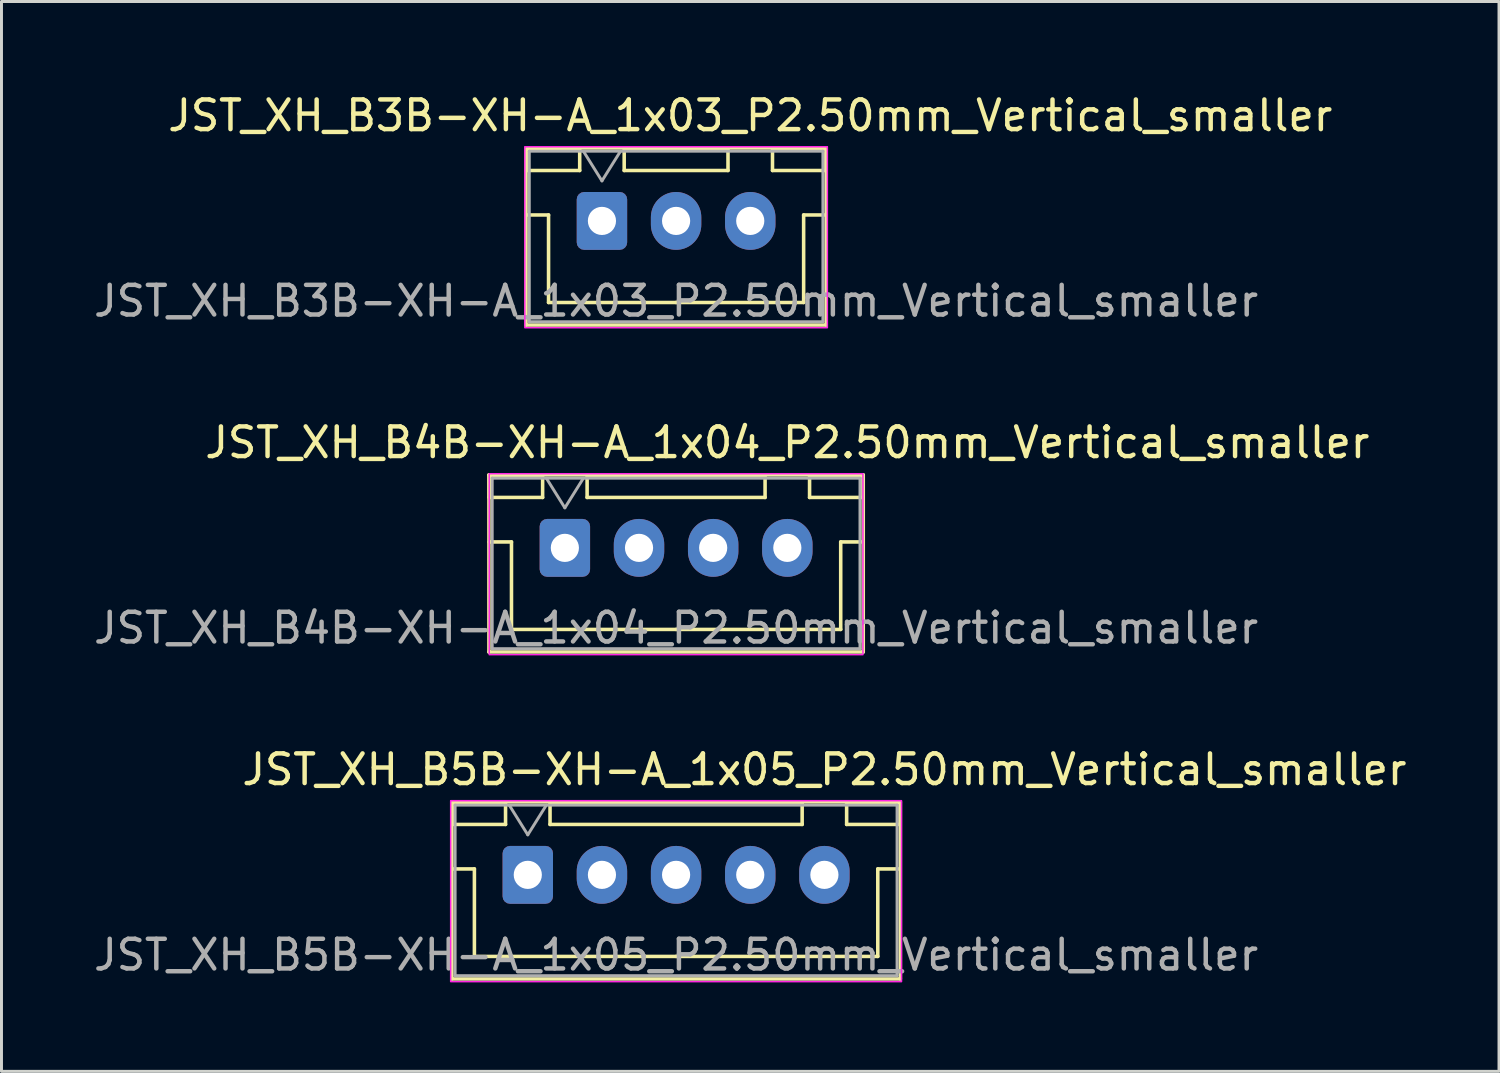
<source format=kicad_pcb>
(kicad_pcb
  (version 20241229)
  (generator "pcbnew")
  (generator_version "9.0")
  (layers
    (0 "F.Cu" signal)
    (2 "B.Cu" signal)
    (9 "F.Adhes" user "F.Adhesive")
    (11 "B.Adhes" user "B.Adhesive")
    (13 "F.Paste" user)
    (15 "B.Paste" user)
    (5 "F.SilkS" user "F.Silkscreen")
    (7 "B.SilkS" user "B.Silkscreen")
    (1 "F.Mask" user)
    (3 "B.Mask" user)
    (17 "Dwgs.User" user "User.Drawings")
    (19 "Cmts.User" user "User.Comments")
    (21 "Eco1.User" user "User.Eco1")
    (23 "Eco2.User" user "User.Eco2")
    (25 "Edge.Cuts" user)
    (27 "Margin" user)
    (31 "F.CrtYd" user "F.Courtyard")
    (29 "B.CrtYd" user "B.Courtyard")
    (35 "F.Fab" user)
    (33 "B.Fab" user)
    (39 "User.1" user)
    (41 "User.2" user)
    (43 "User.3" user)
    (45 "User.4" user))
  (footprint "JST_XH_B3B-XH-A_1x03_P2.50mm_Vertical_smaller"
    (layer "F.Cu")
    (at 19.744 4.398)
    (property "Reference" "JST_XH_B3B-XH-A_1x03_P2.50mm_Vertical_smaller" (at 2.5 -3.55 0) (layer "F.SilkS") (effects (font (size 1 1) (thickness 0.15))))
    (attr through_hole)
    (fp_line (start -5.06 -2.46) (end -5.06 3.51) (stroke (width 0.12) (type solid)) (layer "F.SilkS"))
    (fp_line (start -5.06 3.51) (end 5.06 3.51) (stroke (width 0.12) (type solid)) (layer "F.SilkS"))
    (fp_line (start -5.05 -2.45) (end -5.05 -1.7) (stroke (width 0.12) (type solid)) (layer "F.SilkS"))
    (fp_line (start -5.05 -1.7) (end -3.25 -1.7) (stroke (width 0.12) (type solid)) (layer "F.SilkS"))
    (fp_line (start -5.05 -0.2) (end -4.3 -0.2) (stroke (width 0.12) (type solid)) (layer "F.SilkS"))
    (fp_line (start -4.3 -0.2) (end -4.3 2.75) (stroke (width 0.12) (type solid)) (layer "F.SilkS"))
    (fp_line (start -4.3 2.75) (end 0 2.75) (stroke (width 0.12) (type solid)) (layer "F.SilkS"))
    (fp_line (start -3.25 -2.45) (end -5.05 -2.45) (stroke (width 0.12) (type solid)) (layer "F.SilkS"))
    (fp_line (start -3.25 -1.7) (end -3.25 -2.45) (stroke (width 0.12) (type solid)) (layer "F.SilkS"))
    (fp_line (start -1.75 -2.45) (end -1.75 -1.7) (stroke (width 0.12) (type solid)) (layer "F.SilkS"))
    (fp_line (start -1.75 -1.7) (end 1.75 -1.7) (stroke (width 0.12) (type solid)) (layer "F.SilkS"))
    (fp_line (start 1.75 -2.45) (end -1.75 -2.45) (stroke (width 0.12) (type solid)) (layer "F.SilkS"))
    (fp_line (start 1.75 -1.7) (end 1.75 -2.45) (stroke (width 0.12) (type solid)) (layer "F.SilkS"))
    (fp_line (start 3.25 -2.45) (end 3.25 -1.7) (stroke (width 0.12) (type solid)) (layer "F.SilkS"))
    (fp_line (start 3.25 -1.7) (end 5.05 -1.7) (stroke (width 0.12) (type solid)) (layer "F.SilkS"))
    (fp_line (start 4.3 -0.2) (end 4.3 2.75) (stroke (width 0.12) (type solid)) (layer "F.SilkS"))
    (fp_line (start 4.3 2.75) (end 0 2.75) (stroke (width 0.12) (type solid)) (layer "F.SilkS"))
    (fp_line (start 5.05 -2.45) (end 3.25 -2.45) (stroke (width 0.12) (type solid)) (layer "F.SilkS"))
    (fp_line (start 5.05 -1.7) (end 5.05 -2.45) (stroke (width 0.12) (type solid)) (layer "F.SilkS"))
    (fp_line (start 5.05 -0.2) (end 4.3 -0.2) (stroke (width 0.12) (type solid)) (layer "F.SilkS"))
    (fp_line (start 5.06 -2.46) (end -5.06 -2.46) (stroke (width 0.12) (type solid)) (layer "F.SilkS"))
    (fp_line (start 5.06 3.51) (end 5.06 -2.46) (stroke (width 0.12) (type solid)) (layer "F.SilkS"))
    (fp_rect (start -5.1 -2.5) (end 5.1 3.6) (stroke (width 0.05) (type default)) (fill no) (layer "F.CrtYd"))
    (fp_line (start -4.95 -2.35) (end -4.95 3.4) (stroke (width 0.1) (type solid)) (layer "F.Fab"))
    (fp_line (start -4.95 3.4) (end 4.95 3.4) (stroke (width 0.1) (type solid)) (layer "F.Fab"))
    (fp_line (start -3.125 -2.35) (end -2.5 -1.35) (stroke (width 0.1) (type solid)) (layer "F.Fab"))
    (fp_line (start -2.5 -1.35) (end -1.875 -2.35) (stroke (width 0.1) (type solid)) (layer "F.Fab"))
    (fp_line (start 4.95 -2.35) (end -4.95 -2.35) (stroke (width 0.1) (type solid)) (layer "F.Fab"))
    (fp_line (start 4.95 3.4) (end 4.95 -2.35) (stroke (width 0.1) (type solid)) (layer "F.Fab"))
    (fp_text user "${REFERENCE}" (at 0 2.7 0) (layer "F.Fab") (effects (font (size 1 1) (thickness 0.15))))
    (pad "1" thru_hole roundrect (at -2.5 0) (size 1.7 1.95) (drill 0.95) (layers "*.Cu" "*.Mask") (roundrect_rratio 0.147))
    (pad "2" thru_hole oval (at 0 0) (size 1.7 1.95) (drill 0.95) (layers "*.Cu" "*.Mask"))
    (pad "3" thru_hole oval (at 2.5 0) (size 1.7 1.95) (drill 0.95) (layers "*.Cu" "*.Mask")))
  (footprint "JST_XH_B5B-XH-A_1x05_P2.50mm_Vertical_smaller"
    (layer "F.Cu")
    (at 19.744 26.445)
    (property "Reference" "JST_XH_B5B-XH-A_1x05_P2.50mm_Vertical_smaller" (at 5 -3.55 0) (layer "F.SilkS") (effects (font (size 1 1) (thickness 0.15))))
    (attr through_hole)
    (fp_line (start -7.56 -2.46) (end -7.56 3.51) (stroke (width 0.12) (type solid)) (layer "F.SilkS"))
    (fp_line (start -7.56 3.51) (end 7.56 3.51) (stroke (width 0.12) (type solid)) (layer "F.SilkS"))
    (fp_line (start -7.55 -2.45) (end -7.55 -1.7) (stroke (width 0.12) (type solid)) (layer "F.SilkS"))
    (fp_line (start -7.55 -1.7) (end -5.75 -1.7) (stroke (width 0.12) (type solid)) (layer "F.SilkS"))
    (fp_line (start -7.55 -0.2) (end -6.8 -0.2) (stroke (width 0.12) (type solid)) (layer "F.SilkS"))
    (fp_line (start -6.8 -0.2) (end -6.8 2.75) (stroke (width 0.12) (type solid)) (layer "F.SilkS"))
    (fp_line (start -6.8 2.75) (end 0 2.75) (stroke (width 0.12) (type solid)) (layer "F.SilkS"))
    (fp_line (start -5.75 -2.45) (end -7.55 -2.45) (stroke (width 0.12) (type solid)) (layer "F.SilkS"))
    (fp_line (start -5.75 -1.7) (end -5.75 -2.45) (stroke (width 0.12) (type solid)) (layer "F.SilkS"))
    (fp_line (start -4.25 -2.45) (end -4.25 -1.7) (stroke (width 0.12) (type solid)) (layer "F.SilkS"))
    (fp_line (start -4.25 -1.7) (end 4.25 -1.7) (stroke (width 0.12) (type solid)) (layer "F.SilkS"))
    (fp_line (start 4.25 -2.45) (end -4.25 -2.45) (stroke (width 0.12) (type solid)) (layer "F.SilkS"))
    (fp_line (start 4.25 -1.7) (end 4.25 -2.45) (stroke (width 0.12) (type solid)) (layer "F.SilkS"))
    (fp_line (start 5.75 -2.45) (end 5.75 -1.7) (stroke (width 0.12) (type solid)) (layer "F.SilkS"))
    (fp_line (start 5.75 -1.7) (end 7.55 -1.7) (stroke (width 0.12) (type solid)) (layer "F.SilkS"))
    (fp_line (start 6.8 -0.2) (end 6.8 2.75) (stroke (width 0.12) (type solid)) (layer "F.SilkS"))
    (fp_line (start 6.8 2.75) (end 0 2.75) (stroke (width 0.12) (type solid)) (layer "F.SilkS"))
    (fp_line (start 7.55 -2.45) (end 5.75 -2.45) (stroke (width 0.12) (type solid)) (layer "F.SilkS"))
    (fp_line (start 7.55 -1.7) (end 7.55 -2.45) (stroke (width 0.12) (type solid)) (layer "F.SilkS"))
    (fp_line (start 7.55 -0.2) (end 6.8 -0.2) (stroke (width 0.12) (type solid)) (layer "F.SilkS"))
    (fp_line (start 7.56 -2.46) (end -7.56 -2.46) (stroke (width 0.12) (type solid)) (layer "F.SilkS"))
    (fp_line (start 7.56 3.51) (end 7.56 -2.46) (stroke (width 0.12) (type solid)) (layer "F.SilkS"))
    (fp_rect (start -7.6 -2.5) (end 7.6 3.6) (stroke (width 0.05) (type default)) (fill no) (layer "F.CrtYd"))
    (fp_line (start -7.45 -2.35) (end -7.45 3.4) (stroke (width 0.1) (type solid)) (layer "F.Fab"))
    (fp_line (start -7.45 3.4) (end 7.45 3.4) (stroke (width 0.1) (type solid)) (layer "F.Fab"))
    (fp_line (start -5.625 -2.35) (end -5 -1.35) (stroke (width 0.1) (type solid)) (layer "F.Fab"))
    (fp_line (start -5 -1.35) (end -4.375 -2.35) (stroke (width 0.1) (type solid)) (layer "F.Fab"))
    (fp_line (start 7.45 -2.35) (end -7.45 -2.35) (stroke (width 0.1) (type solid)) (layer "F.Fab"))
    (fp_line (start 7.45 3.4) (end 7.45 -2.35) (stroke (width 0.1) (type solid)) (layer "F.Fab"))
    (fp_text user "${REFERENCE}" (at 0 2.7 0) (layer "F.Fab") (effects (font (size 1 1) (thickness 0.15))))
    (pad "1" thru_hole roundrect (at -5 0) (size 1.7 1.95) (drill 0.95) (layers "*.Cu" "*.Mask") (roundrect_rratio 0.147))
    (pad "2" thru_hole oval (at -2.5 0) (size 1.7 1.95) (drill 0.95) (layers "*.Cu" "*.Mask"))
    (pad "3" thru_hole oval (at 0 0) (size 1.7 1.95) (drill 0.95) (layers "*.Cu" "*.Mask"))
    (pad "4" thru_hole oval (at 2.5 0) (size 1.7 1.95) (drill 0.95) (layers "*.Cu" "*.Mask"))
    (pad "5" thru_hole oval (at 5 0) (size 1.7 1.95) (drill 0.95) (layers "*.Cu" "*.Mask")))
  (footprint "JST_XH_B4B-XH-A_1x04_P2.50mm_Vertical_smaller"
    (layer "F.Cu")
    (at 19.744 15.421)
    (property "Reference" "JST_XH_B4B-XH-A_1x04_P2.50mm_Vertical_smaller" (at 3.75 -3.55 0) (layer "F.SilkS") (effects (font (size 1 1) (thickness 0.15))))
    (attr through_hole)
    (fp_line (start -6.31 -2.46) (end -6.31 3.51) (stroke (width 0.12) (type solid)) (layer "F.SilkS"))
    (fp_line (start -6.31 3.51) (end 6.31 3.51) (stroke (width 0.12) (type solid)) (layer "F.SilkS"))
    (fp_line (start -6.3 -2.45) (end -6.3 -1.7) (stroke (width 0.12) (type solid)) (layer "F.SilkS"))
    (fp_line (start -6.3 -1.7) (end -4.5 -1.7) (stroke (width 0.12) (type solid)) (layer "F.SilkS"))
    (fp_line (start -6.3 -0.2) (end -5.55 -0.2) (stroke (width 0.12) (type solid)) (layer "F.SilkS"))
    (fp_line (start -5.55 -0.2) (end -5.55 2.75) (stroke (width 0.12) (type solid)) (layer "F.SilkS"))
    (fp_line (start -5.55 2.75) (end 0 2.75) (stroke (width 0.12) (type solid)) (layer "F.SilkS"))
    (fp_line (start -4.5 -2.45) (end -6.3 -2.45) (stroke (width 0.12) (type solid)) (layer "F.SilkS"))
    (fp_line (start -4.5 -1.7) (end -4.5 -2.45) (stroke (width 0.12) (type solid)) (layer "F.SilkS"))
    (fp_line (start -3 -2.45) (end -3 -1.7) (stroke (width 0.12) (type solid)) (layer "F.SilkS"))
    (fp_line (start -3 -1.7) (end 3 -1.7) (stroke (width 0.12) (type solid)) (layer "F.SilkS"))
    (fp_line (start 3 -2.45) (end -3 -2.45) (stroke (width 0.12) (type solid)) (layer "F.SilkS"))
    (fp_line (start 3 -1.7) (end 3 -2.45) (stroke (width 0.12) (type solid)) (layer "F.SilkS"))
    (fp_line (start 4.5 -2.45) (end 4.5 -1.7) (stroke (width 0.12) (type solid)) (layer "F.SilkS"))
    (fp_line (start 4.5 -1.7) (end 6.3 -1.7) (stroke (width 0.12) (type solid)) (layer "F.SilkS"))
    (fp_line (start 5.55 -0.2) (end 5.55 2.75) (stroke (width 0.12) (type solid)) (layer "F.SilkS"))
    (fp_line (start 5.55 2.75) (end 0 2.75) (stroke (width 0.12) (type solid)) (layer "F.SilkS"))
    (fp_line (start 6.3 -2.45) (end 4.5 -2.45) (stroke (width 0.12) (type solid)) (layer "F.SilkS"))
    (fp_line (start 6.3 -1.7) (end 6.3 -2.45) (stroke (width 0.12) (type solid)) (layer "F.SilkS"))
    (fp_line (start 6.3 -0.2) (end 5.55 -0.2) (stroke (width 0.12) (type solid)) (layer "F.SilkS"))
    (fp_line (start 6.31 -2.46) (end -6.31 -2.46) (stroke (width 0.12) (type solid)) (layer "F.SilkS"))
    (fp_line (start 6.31 3.51) (end 6.31 -2.46) (stroke (width 0.12) (type solid)) (layer "F.SilkS"))
    (fp_rect (start -6.3 -2.5) (end 6.3 3.6) (stroke (width 0.05) (type default)) (fill no) (layer "F.CrtYd"))
    (fp_line (start -6.2 -2.35) (end -6.2 3.4) (stroke (width 0.1) (type solid)) (layer "F.Fab"))
    (fp_line (start -6.2 3.4) (end 6.2 3.4) (stroke (width 0.1) (type solid)) (layer "F.Fab"))
    (fp_line (start -4.375 -2.35) (end -3.75 -1.35) (stroke (width 0.1) (type solid)) (layer "F.Fab"))
    (fp_line (start -3.75 -1.35) (end -3.125 -2.35) (stroke (width 0.1) (type solid)) (layer "F.Fab"))
    (fp_line (start 6.2 -2.35) (end -6.2 -2.35) (stroke (width 0.1) (type solid)) (layer "F.Fab"))
    (fp_line (start 6.2 3.4) (end 6.2 -2.35) (stroke (width 0.1) (type solid)) (layer "F.Fab"))
    (fp_text user "${REFERENCE}" (at 0 2.7 0) (layer "F.Fab") (effects (font (size 1 1) (thickness 0.15))))
    (pad "1" thru_hole roundrect (at -3.75 0) (size 1.7 1.95) (drill 0.95) (layers "*.Cu" "*.Mask") (roundrect_rratio 0.147))
    (pad "2" thru_hole oval (at -1.25 0) (size 1.7 1.95) (drill 0.95) (layers "*.Cu" "*.Mask"))
    (pad "3" thru_hole oval (at 1.25 0) (size 1.7 1.95) (drill 0.95) (layers "*.Cu" "*.Mask"))
    (pad "4" thru_hole oval (at 3.75 0) (size 1.7 1.95) (drill 0.95) (layers "*.Cu" "*.Mask")))
  (gr_rect
    (start -3 -3)
    (end 47.488 33.07)
    (stroke (width 0.1) (type default))
    (fill no)
    (layer "Edge.Cuts")))
</source>
